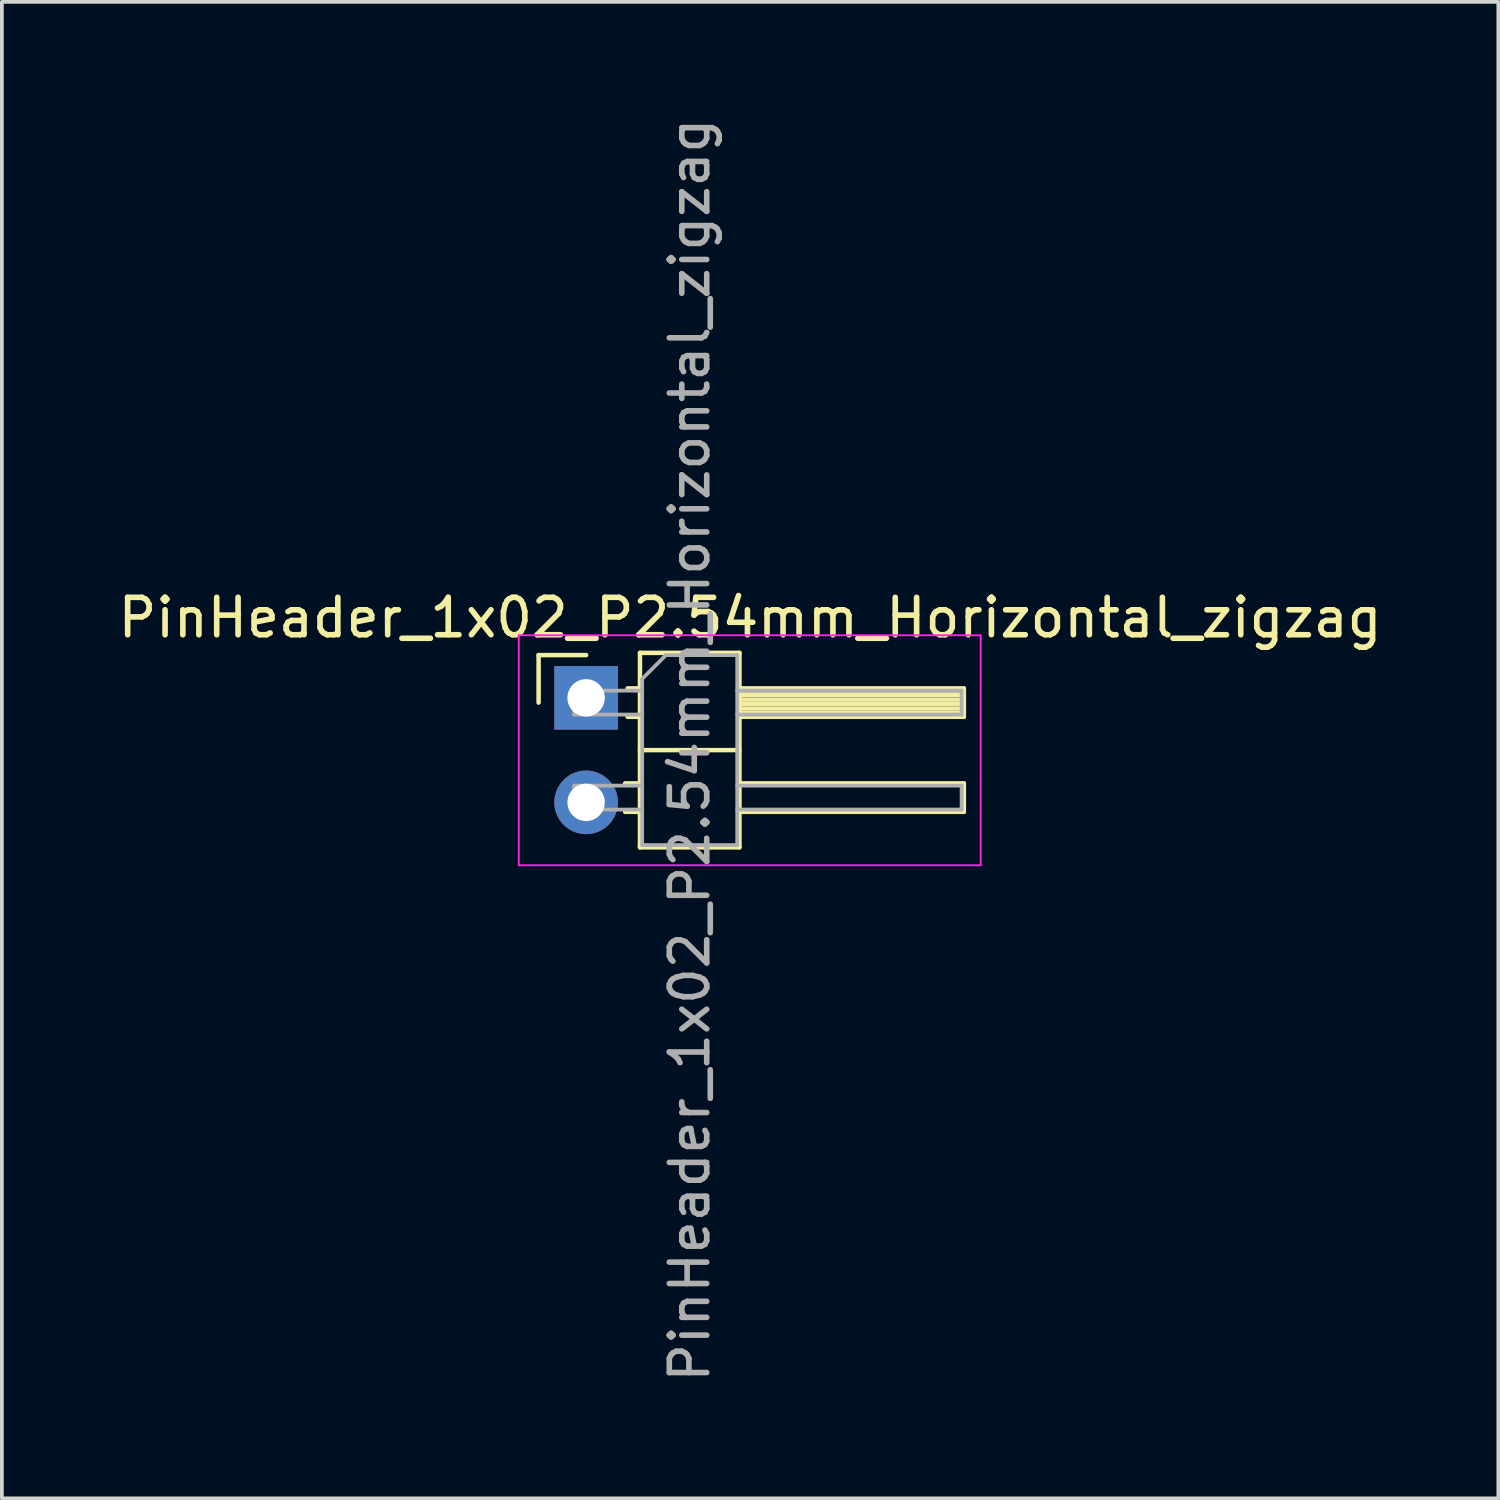
<source format=kicad_pcb>
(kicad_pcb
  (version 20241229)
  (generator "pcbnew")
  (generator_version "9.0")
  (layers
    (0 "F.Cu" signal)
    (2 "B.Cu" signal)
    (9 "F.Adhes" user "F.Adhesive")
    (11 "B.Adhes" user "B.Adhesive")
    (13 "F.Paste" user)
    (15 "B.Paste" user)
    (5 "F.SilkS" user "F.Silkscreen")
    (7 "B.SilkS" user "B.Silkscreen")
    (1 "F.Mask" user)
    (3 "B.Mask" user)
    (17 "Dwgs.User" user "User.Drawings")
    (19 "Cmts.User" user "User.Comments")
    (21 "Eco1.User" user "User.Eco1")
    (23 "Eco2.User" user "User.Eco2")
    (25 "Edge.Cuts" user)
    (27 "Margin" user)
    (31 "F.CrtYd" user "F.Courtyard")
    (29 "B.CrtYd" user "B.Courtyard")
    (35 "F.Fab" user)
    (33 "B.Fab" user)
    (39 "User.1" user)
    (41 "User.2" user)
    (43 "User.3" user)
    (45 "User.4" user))
  (footprint "PinHeader_1x02_P2.54mm_Horizontal_zigzag"
    (layer "F.Cu")
    (at 12.621 15.736)
    (property "Reference" "PinHeader_1x02_P2.54mm_Horizontal_zigzag" (at 4.385 -2.27 0) (layer "F.SilkS") (effects (font (size 1 1) (thickness 0.15))))
    (attr through_hole)
    (fp_line (start -1.27 -1.27) (end 0 -1.27) (stroke (width 0.12) (type solid)) (layer "F.SilkS"))
    (fp_line (start -1.27 0) (end -1.27 -1.27) (stroke (width 0.12) (type solid)) (layer "F.SilkS"))
    (fp_line (start 1.043 2.16) (end 1.44 2.16) (stroke (width 0.12) (type solid)) (layer "F.SilkS"))
    (fp_line (start 1.043 2.92) (end 1.44 2.92) (stroke (width 0.12) (type solid)) (layer "F.SilkS"))
    (fp_line (start 1.11 -0.38) (end 1.44 -0.38) (stroke (width 0.12) (type solid)) (layer "F.SilkS"))
    (fp_line (start 1.11 0.38) (end 1.44 0.38) (stroke (width 0.12) (type solid)) (layer "F.SilkS"))
    (fp_line (start 1.44 -1.33) (end 1.44 3.87) (stroke (width 0.12) (type solid)) (layer "F.SilkS"))
    (fp_line (start 1.44 1.27) (end 4.1 1.27) (stroke (width 0.12) (type solid)) (layer "F.SilkS"))
    (fp_line (start 1.44 3.87) (end 4.1 3.87) (stroke (width 0.12) (type solid)) (layer "F.SilkS"))
    (fp_line (start 4.1 -1.33) (end 1.44 -1.33) (stroke (width 0.12) (type solid)) (layer "F.SilkS"))
    (fp_line (start 4.1 -0.38) (end 10.1 -0.38) (stroke (width 0.12) (type solid)) (layer "F.SilkS"))
    (fp_line (start 4.1 -0.32) (end 10.1 -0.32) (stroke (width 0.12) (type solid)) (layer "F.SilkS"))
    (fp_line (start 4.1 -0.2) (end 10.1 -0.2) (stroke (width 0.12) (type solid)) (layer "F.SilkS"))
    (fp_line (start 4.1 -0.08) (end 10.1 -0.08) (stroke (width 0.12) (type solid)) (layer "F.SilkS"))
    (fp_line (start 4.1 0.04) (end 10.1 0.04) (stroke (width 0.12) (type solid)) (layer "F.SilkS"))
    (fp_line (start 4.1 0.16) (end 10.1 0.16) (stroke (width 0.12) (type solid)) (layer "F.SilkS"))
    (fp_line (start 4.1 0.28) (end 10.1 0.28) (stroke (width 0.12) (type solid)) (layer "F.SilkS"))
    (fp_line (start 4.1 2.16) (end 10.1 2.16) (stroke (width 0.12) (type solid)) (layer "F.SilkS"))
    (fp_line (start 4.1 3.87) (end 4.1 -1.33) (stroke (width 0.12) (type solid)) (layer "F.SilkS"))
    (fp_line (start 10.1 -0.38) (end 10.1 0.38) (stroke (width 0.12) (type solid)) (layer "F.SilkS"))
    (fp_line (start 10.1 0.38) (end 4.1 0.38) (stroke (width 0.12) (type solid)) (layer "F.SilkS"))
    (fp_line (start 10.1 2.16) (end 10.1 2.92) (stroke (width 0.12) (type solid)) (layer "F.SilkS"))
    (fp_line (start 10.1 2.92) (end 4.1 2.92) (stroke (width 0.12) (type solid)) (layer "F.SilkS"))
    (fp_line (start -1.8 -1.8) (end -1.8 4.35) (stroke (width 0.05) (type solid)) (layer "F.CrtYd"))
    (fp_line (start -1.8 4.35) (end 10.55 4.35) (stroke (width 0.05) (type solid)) (layer "F.CrtYd"))
    (fp_line (start 10.55 -1.8) (end -1.8 -1.8) (stroke (width 0.05) (type solid)) (layer "F.CrtYd"))
    (fp_line (start 10.55 4.35) (end 10.55 -1.8) (stroke (width 0.05) (type solid)) (layer "F.CrtYd"))
    (fp_line (start -0.32 -0.32) (end -0.32 0.32) (stroke (width 0.1) (type solid)) (layer "F.Fab"))
    (fp_line (start -0.32 -0.32) (end 1.5 -0.32) (stroke (width 0.1) (type solid)) (layer "F.Fab"))
    (fp_line (start -0.32 0.32) (end 1.5 0.32) (stroke (width 0.1) (type solid)) (layer "F.Fab"))
    (fp_line (start -0.32 2.22) (end -0.32 2.86) (stroke (width 0.1) (type solid)) (layer "F.Fab"))
    (fp_line (start -0.32 2.22) (end 1.5 2.22) (stroke (width 0.1) (type solid)) (layer "F.Fab"))
    (fp_line (start -0.32 2.86) (end 1.5 2.86) (stroke (width 0.1) (type solid)) (layer "F.Fab"))
    (fp_line (start 1.5 -0.635) (end 2.135 -1.27) (stroke (width 0.1) (type solid)) (layer "F.Fab"))
    (fp_line (start 1.5 3.81) (end 1.5 -0.635) (stroke (width 0.1) (type solid)) (layer "F.Fab"))
    (fp_line (start 2.135 -1.27) (end 4.04 -1.27) (stroke (width 0.1) (type solid)) (layer "F.Fab"))
    (fp_line (start 4.04 -1.27) (end 4.04 3.81) (stroke (width 0.1) (type solid)) (layer "F.Fab"))
    (fp_line (start 4.04 -0.32) (end 10.04 -0.32) (stroke (width 0.1) (type solid)) (layer "F.Fab"))
    (fp_line (start 4.04 0.32) (end 10.04 0.32) (stroke (width 0.1) (type solid)) (layer "F.Fab"))
    (fp_line (start 4.04 2.22) (end 10.04 2.22) (stroke (width 0.1) (type solid)) (layer "F.Fab"))
    (fp_line (start 4.04 2.86) (end 10.04 2.86) (stroke (width 0.1) (type solid)) (layer "F.Fab"))
    (fp_line (start 4.04 3.81) (end 1.5 3.81) (stroke (width 0.1) (type solid)) (layer "F.Fab"))
    (fp_line (start 10.04 -0.32) (end 10.04 0.32) (stroke (width 0.1) (type solid)) (layer "F.Fab"))
    (fp_line (start 10.04 2.22) (end 10.04 2.86) (stroke (width 0.1) (type solid)) (layer "F.Fab"))
    (fp_text user "${REFERENCE}" (at 2.77 1.27 90) (layer "F.Fab") (effects (font (size 1 1) (thickness 0.15))))
    (pad "1" thru_hole rect (at 0 -0.127) (size 1.7 1.7) (drill 1) (layers "*.Cu" "*.Mask"))
    (pad "2" thru_hole oval (at 0 2.667) (size 1.7 1.7) (drill 1) (layers "*.Cu" "*.Mask")))
  (gr_rect
    (start -3 -3)
    (end 37.012 37.012)
    (stroke (width 0.1) (type default))
    (fill no)
    (layer "Edge.Cuts")))
</source>
